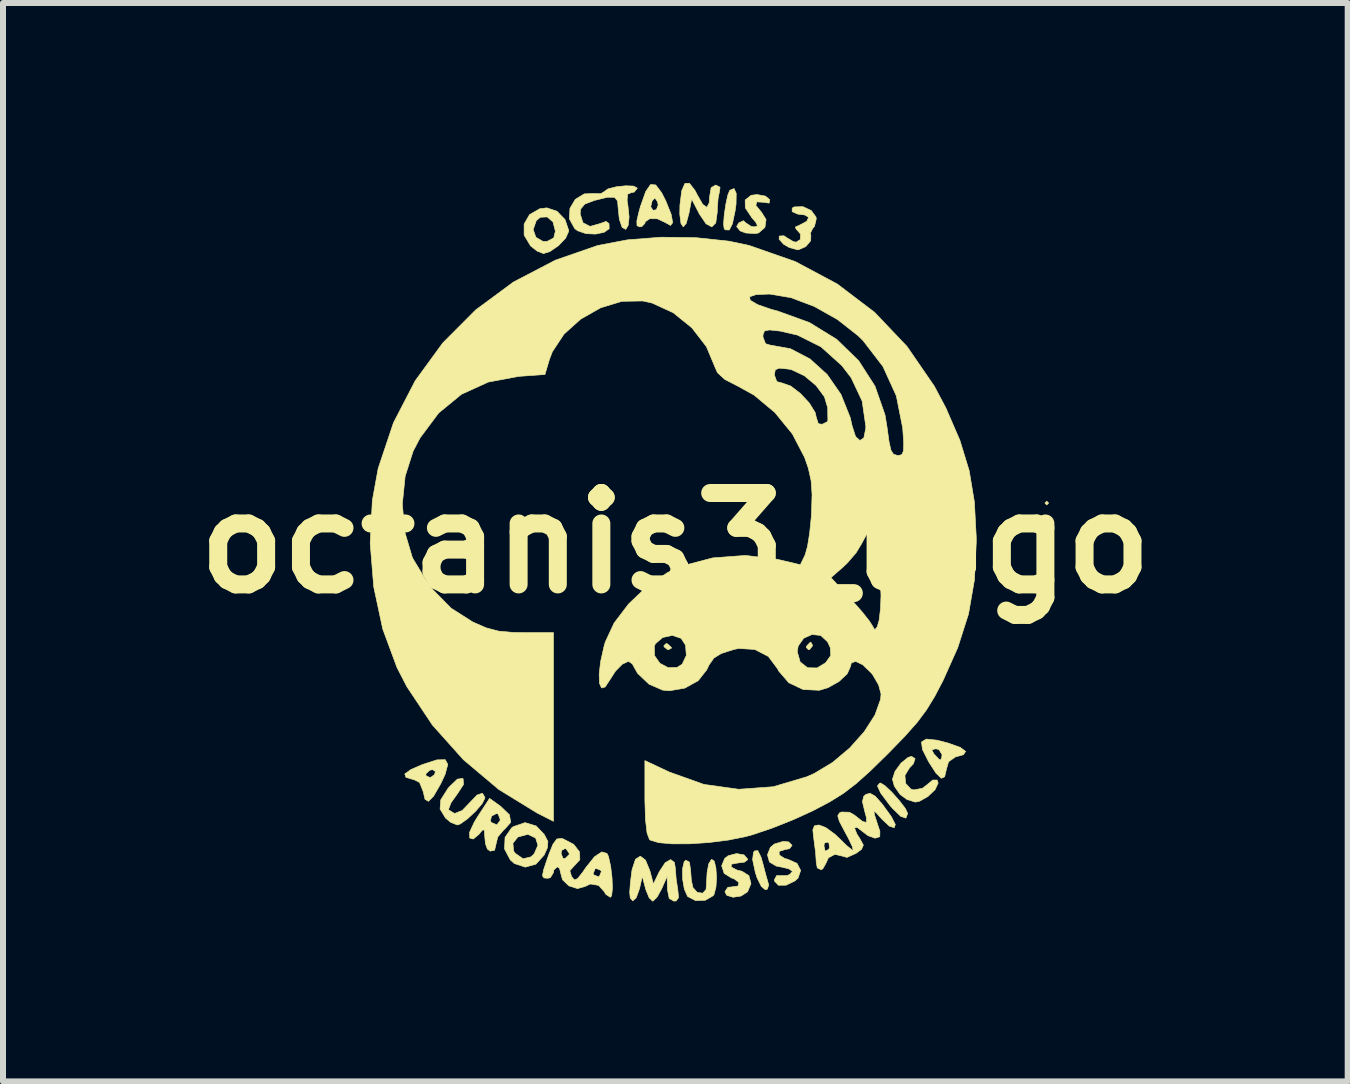
<source format=kicad_pcb>
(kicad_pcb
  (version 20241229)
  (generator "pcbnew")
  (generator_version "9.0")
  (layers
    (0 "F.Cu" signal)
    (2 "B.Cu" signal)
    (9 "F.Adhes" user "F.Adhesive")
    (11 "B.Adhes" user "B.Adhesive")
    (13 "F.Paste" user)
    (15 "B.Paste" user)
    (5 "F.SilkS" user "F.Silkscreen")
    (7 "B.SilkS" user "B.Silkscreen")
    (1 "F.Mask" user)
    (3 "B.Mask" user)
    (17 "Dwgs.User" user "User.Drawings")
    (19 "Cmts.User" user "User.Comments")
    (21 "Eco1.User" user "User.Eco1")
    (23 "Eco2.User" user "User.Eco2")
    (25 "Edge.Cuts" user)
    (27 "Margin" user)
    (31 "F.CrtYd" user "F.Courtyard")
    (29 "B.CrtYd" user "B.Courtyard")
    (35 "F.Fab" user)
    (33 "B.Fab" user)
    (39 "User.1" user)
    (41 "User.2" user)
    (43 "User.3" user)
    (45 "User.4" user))
  (footprint "octanis3_logo"
    (layer "F.Cu")
    (at 8.208 6.003)
    (property "Reference" "octanis3_logo" (at 0 0 0) (layer "F.SilkS") (effects (font (size 1.524 1.524) (thickness 0.3))))
    (attr through_hole)
    (fp_poly (pts (xy 6.223 -0.667) (xy 6.191 -0.635) (xy 6.16 -0.667) (xy 6.191 -0.699) (xy 6.223 -0.667)) (stroke (width 0.01) (type solid)) (fill yes) (layer "F.SilkS"))
    (fp_poly (pts (xy -0.127 1.683) (xy -0.066 1.74) (xy -0.064 1.75) (xy -0.113 1.777) (xy -0.127 1.778) (xy -0.188 1.729) (xy -0.191 1.711) (xy -0.152 1.673) (xy -0.127 1.683)) (stroke (width 0.01) (type solid)) (fill yes) (layer "F.SilkS"))
    (fp_poly (pts (xy 2.285 1.7) (xy 2.286 1.714) (xy 2.237 1.776) (xy 2.219 1.778) (xy 2.181 1.739) (xy 2.191 1.714) (xy 2.248 1.654) (xy 2.258 1.651) (xy 2.285 1.7)) (stroke (width 0.01) (type solid)) (fill yes) (layer "F.SilkS"))
    (fp_poly (pts (xy 1.015 -5.829) (xy 1.012 -5.65) (xy 0.997 -5.54) (xy 0.951 -5.321) (xy 0.899 -5.219) (xy 0.835 -5.221) (xy 0.814 -5.239) (xy 0.804 -5.317) (xy 0.815 -5.469) (xy 0.841 -5.646) (xy 0.874 -5.8) (xy 0.907 -5.881) (xy 0.979 -5.91) (xy 1.015 -5.829)) (stroke (width 0.01) (type solid)) (fill yes) (layer "F.SilkS"))
    (fp_poly (pts (xy 3.496 4.046) (xy 3.612 4.156) (xy 3.735 4.295) (xy 3.834 4.424) (xy 3.873 4.507) (xy 3.843 4.585) (xy 3.756 4.555) (xy 3.617 4.42) (xy 3.572 4.367) (xy 3.424 4.169) (xy 3.369 4.05) (xy 3.404 4.002) (xy 3.422 4) (xy 3.496 4.046)) (stroke (width 0.01) (type solid)) (fill yes) (layer "F.SilkS"))
    (fp_poly (pts (xy 1.427 5.233) (xy 1.459 5.342) (xy 1.508 5.529) (xy 1.548 5.669) (xy 1.557 5.699) (xy 1.533 5.77) (xy 1.499 5.779) (xy 1.433 5.723) (xy 1.363 5.582) (xy 1.333 5.489) (xy 1.288 5.278) (xy 1.302 5.157) (xy 1.32 5.132) (xy 1.374 5.127) (xy 1.427 5.233)) (stroke (width 0.01) (type solid)) (fill yes) (layer "F.SilkS"))
    (fp_poly (pts (xy 3.997 3.593) (xy 3.968 3.679) (xy 3.902 3.749) (xy 3.827 3.873) (xy 3.839 4.007) (xy 3.927 4.101) (xy 3.974 4.115) (xy 4.12 4.087) (xy 4.188 4.035) (xy 4.29 3.95) (xy 4.364 3.95) (xy 4.381 4) (xy 4.33 4.11) (xy 4.21 4.225) (xy 4.069 4.304) (xy 4 4.318) (xy 3.862 4.275) (xy 3.747 4.191) (xy 3.651 4.053) (xy 3.619 3.937) (xy 3.662 3.806) (xy 3.762 3.668) (xy 3.88 3.573) (xy 3.937 3.556) (xy 3.997 3.593)) (stroke (width 0.01) (type solid)) (fill yes) (layer "F.SilkS"))
    (fp_poly (pts (xy -3.793 3.689) (xy -3.838 3.855) (xy -3.911 4.012) (xy -4.03 4.219) (xy -4.116 4.305) (xy -4.173 4.271) (xy -4.203 4.144) (xy -4.263 3.992) (xy -4.35 3.947) (xy -4.49 3.906) (xy -4.51 3.849) (xy -4.507 3.847) (xy -4.16 3.847) (xy -4.154 3.881) (xy -4.085 3.91) (xy -4.015 3.86) (xy -4 3.808) (xy -4.047 3.776) (xy -4.095 3.787) (xy -4.16 3.847) (xy -4.507 3.847) (xy -4.408 3.775) (xy -4.215 3.691) (xy -3.975 3.614) (xy -3.836 3.611) (xy -3.793 3.689)) (stroke (width 0.01) (type solid)) (fill yes) (layer "F.SilkS"))
    (fp_poly (pts (xy -3.538 3.929) (xy -3.531 4.023) (xy -3.634 4.182) (xy -3.643 4.193) (xy -3.74 4.33) (xy -3.779 4.432) (xy -3.775 4.45) (xy -3.681 4.508) (xy -3.553 4.458) (xy -3.421 4.32) (xy -3.305 4.2) (xy -3.216 4.17) (xy -3.176 4.236) (xy -3.175 4.252) (xy -3.22 4.343) (xy -3.329 4.47) (xy -3.464 4.596) (xy -3.585 4.682) (xy -3.635 4.699) (xy -3.746 4.655) (xy -3.832 4.583) (xy -3.922 4.434) (xy -3.911 4.281) (xy -3.793 4.094) (xy -3.769 4.065) (xy -3.634 3.935) (xy -3.545 3.923) (xy -3.538 3.929)) (stroke (width 0.01) (type solid)) (fill yes) (layer "F.SilkS"))
    (fp_poly (pts (xy 0.648 5.301) (xy 0.676 5.415) (xy 0.687 5.574) (xy 0.677 5.734) (xy 0.646 5.855) (xy 0.631 5.878) (xy 0.5 5.954) (xy 0.337 5.96) (xy 0.207 5.893) (xy 0.204 5.89) (xy 0.15 5.769) (xy 0.121 5.601) (xy 0.119 5.433) (xy 0.147 5.313) (xy 0.175 5.286) (xy 0.235 5.319) (xy 0.254 5.451) (xy 0.267 5.624) (xy 0.293 5.742) (xy 0.365 5.823) (xy 0.456 5.836) (xy 0.512 5.775) (xy 0.513 5.763) (xy 0.521 5.644) (xy 0.529 5.493) (xy 0.556 5.347) (xy 0.603 5.271) (xy 0.648 5.301)) (stroke (width 0.01) (type solid)) (fill yes) (layer "F.SilkS"))
    (fp_poly (pts (xy 1.145 5.198) (xy 1.206 5.269) (xy 1.206 5.277) (xy 1.152 5.319) (xy 1.035 5.334) (xy 0.931 5.354) (xy 0.933 5.401) (xy 1.027 5.451) (xy 1.111 5.471) (xy 1.226 5.544) (xy 1.261 5.676) (xy 1.204 5.813) (xy 1.095 5.884) (xy 0.962 5.904) (xy 0.857 5.872) (xy 0.826 5.811) (xy 0.876 5.738) (xy 0.937 5.732) (xy 1.045 5.717) (xy 1.059 5.657) (xy 0.977 5.596) (xy 0.94 5.585) (xy 0.814 5.507) (xy 0.772 5.38) (xy 0.823 5.256) (xy 0.881 5.212) (xy 1.019 5.176) (xy 1.145 5.198)) (stroke (width 0.01) (type solid)) (fill yes) (layer "F.SilkS"))
    (fp_poly (pts (xy 1.502 -5.784) (xy 1.574 -5.724) (xy 1.564 -5.667) (xy 1.468 -5.681) (xy 1.358 -5.688) (xy 1.342 -5.629) (xy 1.426 -5.527) (xy 1.432 -5.522) (xy 1.512 -5.393) (xy 1.493 -5.261) (xy 1.389 -5.171) (xy 1.333 -5.159) (xy 1.173 -5.169) (xy 1.08 -5.204) (xy 1.022 -5.276) (xy 1.057 -5.337) (xy 1.135 -5.374) (xy 1.171 -5.34) (xy 1.266 -5.278) (xy 1.317 -5.271) (xy 1.371 -5.287) (xy 1.339 -5.351) (xy 1.275 -5.424) (xy 1.166 -5.588) (xy 1.164 -5.719) (xy 1.262 -5.797) (xy 1.361 -5.81) (xy 1.502 -5.784)) (stroke (width 0.01) (type solid)) (fill yes) (layer "F.SilkS"))
    (fp_poly (pts (xy 4.365 3.286) (xy 4.542 3.332) (xy 4.752 3.407) (xy 4.839 3.473) (xy 4.802 3.528) (xy 4.667 3.566) (xy 4.555 3.645) (xy 4.52 3.763) (xy 4.489 3.896) (xy 4.433 3.921) (xy 4.344 3.834) (xy 4.222 3.645) (xy 4.122 3.446) (xy 4.275 3.446) (xy 4.31 3.515) (xy 4.318 3.524) (xy 4.394 3.603) (xy 4.421 3.619) (xy 4.442 3.568) (xy 4.445 3.524) (xy 4.394 3.442) (xy 4.342 3.429) (xy 4.275 3.446) (xy 4.122 3.446) (xy 4.119 3.439) (xy 4.103 3.316) (xy 4.183 3.267) (xy 4.365 3.286)) (stroke (width 0.01) (type solid)) (fill yes) (layer "F.SilkS"))
    (fp_poly (pts (xy -2.32 4.716) (xy -2.185 4.858) (xy -2.125 4.973) (xy -2.132 5.078) (xy -2.188 5.202) (xy -2.325 5.353) (xy -2.503 5.402) (xy -2.683 5.342) (xy -2.752 5.281) (xy -2.848 5.098) (xy -2.843 5.004) (xy -2.708 5.004) (xy -2.696 5.133) (xy -2.671 5.17) (xy -2.538 5.263) (xy -2.405 5.23) (xy -2.352 5.178) (xy -2.291 5.037) (xy -2.329 4.917) (xy -2.45 4.859) (xy -2.47 4.858) (xy -2.625 4.9) (xy -2.708 5.004) (xy -2.843 5.004) (xy -2.839 4.906) (xy -2.73 4.748) (xy -2.702 4.727) (xy -2.505 4.66) (xy -2.32 4.716)) (stroke (width 0.01) (type solid)) (fill yes) (layer "F.SilkS"))
    (fp_poly (pts (xy -1.974 -5.532) (xy -1.839 -5.393) (xy -1.778 -5.214) (xy -1.778 -5.197) (xy -1.828 -5.084) (xy -1.948 -4.958) (xy -2.092 -4.859) (xy -2.199 -4.826) (xy -2.305 -4.868) (xy -2.413 -4.953) (xy -2.521 -5.133) (xy -2.521 -5.226) (xy -2.37 -5.226) (xy -2.325 -5.098) (xy -2.208 -5.029) (xy -2.139 -5.029) (xy -2.027 -5.087) (xy -2 -5.2) (xy -2.04 -5.353) (xy -2.136 -5.437) (xy -2.252 -5.431) (xy -2.319 -5.373) (xy -2.37 -5.226) (xy -2.521 -5.226) (xy -2.521 -5.318) (xy -2.43 -5.476) (xy -2.26 -5.573) (xy -2.142 -5.588) (xy -1.974 -5.532)) (stroke (width 0.01) (type solid)) (fill yes) (layer "F.SilkS"))
    (fp_poly (pts (xy 0.329 -5.876) (xy 0.36 -5.815) (xy 0.456 -5.646) (xy 0.526 -5.598) (xy 0.564 -5.67) (xy 0.572 -5.779) (xy 0.597 -5.926) (xy 0.674 -5.969) (xy 0.745 -5.931) (xy 0.737 -5.869) (xy 0.712 -5.741) (xy 0.699 -5.556) (xy 0.699 -5.519) (xy 0.674 -5.337) (xy 0.608 -5.271) (xy 0.512 -5.322) (xy 0.398 -5.49) (xy 0.392 -5.503) (xy 0.272 -5.736) (xy 0.228 -5.503) (xy 0.181 -5.328) (xy 0.132 -5.272) (xy 0.094 -5.326) (xy 0.074 -5.481) (xy 0.076 -5.631) (xy 0.106 -5.873) (xy 0.16 -5.996) (xy 0.235 -5.998) (xy 0.329 -5.876)) (stroke (width 0.01) (type solid)) (fill yes) (layer "F.SilkS"))
    (fp_poly (pts (xy 1.887 4.981) (xy 1.946 5.038) (xy 1.904 5.094) (xy 1.821 5.111) (xy 1.729 5.14) (xy 1.733 5.2) (xy 1.821 5.257) (xy 1.876 5.271) (xy 2.029 5.34) (xy 2.089 5.457) (xy 2.046 5.584) (xy 1.995 5.631) (xy 1.846 5.703) (xy 1.719 5.704) (xy 1.653 5.636) (xy 1.651 5.613) (xy 1.69 5.541) (xy 1.736 5.544) (xy 1.862 5.543) (xy 1.909 5.522) (xy 1.952 5.471) (xy 1.887 5.428) (xy 1.706 5.388) (xy 1.683 5.385) (xy 1.569 5.317) (xy 1.535 5.197) (xy 1.584 5.072) (xy 1.652 5.016) (xy 1.798 4.973) (xy 1.887 4.981)) (stroke (width 0.01) (type solid)) (fill yes) (layer "F.SilkS"))
    (fp_poly (pts (xy -0.327 -5.97) (xy -0.229 -5.841) (xy -0.159 -5.703) (xy -0.07 -5.481) (xy -0.044 -5.341) (xy -0.081 -5.295) (xy -0.18 -5.35) (xy -0.181 -5.35) (xy -0.301 -5.406) (xy -0.426 -5.407) (xy -0.502 -5.356) (xy -0.508 -5.329) (xy -0.559 -5.276) (xy -0.595 -5.271) (xy -0.639 -5.291) (xy -0.642 -5.37) (xy -0.604 -5.533) (xy -0.583 -5.606) (xy -0.411 -5.606) (xy -0.372 -5.547) (xy -0.316 -5.557) (xy -0.286 -5.637) (xy -0.297 -5.691) (xy -0.341 -5.752) (xy -0.386 -5.707) (xy -0.411 -5.606) (xy -0.583 -5.606) (xy -0.579 -5.619) (xy -0.494 -5.86) (xy -0.413 -5.977) (xy -0.327 -5.97)) (stroke (width 0.01) (type solid)) (fill yes) (layer "F.SilkS"))
    (fp_poly (pts (xy -2.914 4.387) (xy -2.766 4.529) (xy -2.744 4.656) (xy -2.847 4.771) (xy -2.857 4.777) (xy -2.959 4.897) (xy -2.985 5) (xy -3.013 5.121) (xy -3.087 5.135) (xy -3.133 5.101) (xy -3.166 5.011) (xy -3.177 4.895) (xy -3.184 4.782) (xy -3.218 4.786) (xy -3.273 4.854) (xy -3.369 4.934) (xy -3.427 4.917) (xy -3.432 4.825) (xy -3.353 4.655) (xy -3.339 4.632) (xy -3.084 4.632) (xy -3.067 4.658) (xy -2.975 4.697) (xy -2.923 4.629) (xy -2.921 4.604) (xy -2.953 4.519) (xy -2.981 4.508) (xy -3.064 4.551) (xy -3.084 4.632) (xy -3.339 4.632) (xy -3.293 4.556) (xy -3.097 4.256) (xy -2.914 4.387)) (stroke (width 0.01) (type solid)) (fill yes) (layer "F.SilkS"))
    (fp_poly (pts (xy 2.266 -5.543) (xy 2.345 -5.435) (xy 2.349 -5.403) (xy 2.32 -5.281) (xy 2.285 -5.238) (xy 2.249 -5.16) (xy 2.259 -5.136) (xy 2.256 -5.04) (xy 2.175 -4.943) (xy 2.057 -4.891) (xy 2.036 -4.889) (xy 1.901 -4.926) (xy 1.806 -4.98) (xy 1.73 -5.065) (xy 1.732 -5.118) (xy 1.81 -5.123) (xy 1.855 -5.092) (xy 1.968 -5.025) (xy 2.013 -5.016) (xy 2.083 -5.06) (xy 2.087 -5.151) (xy 2.022 -5.226) (xy 2.016 -5.229) (xy 2 -5.268) (xy 2.08 -5.305) (xy 2.19 -5.364) (xy 2.222 -5.43) (xy 2.159 -5.469) (xy 2.041 -5.484) (xy 2.037 -5.485) (xy 1.947 -5.525) (xy 1.948 -5.584) (xy 1.982 -5.604) (xy 2.127 -5.608) (xy 2.266 -5.543)) (stroke (width 0.01) (type solid)) (fill yes) (layer "F.SilkS"))
    (fp_poly (pts (xy -0.498 5.284) (xy -0.425 5.461) (xy -0.366 5.683) (xy -0.267 5.477) (xy -0.169 5.328) (xy -0.078 5.276) (xy -0.015 5.324) (xy 0 5.421) (xy 0.013 5.596) (xy 0.04 5.771) (xy 0.054 5.911) (xy 0.013 5.965) (xy -0.024 5.969) (xy -0.102 5.924) (xy -0.132 5.776) (xy -0.132 5.763) (xy -0.137 5.556) (xy -0.228 5.763) (xy -0.303 5.9) (xy -0.371 5.967) (xy -0.379 5.969) (xy -0.436 5.914) (xy -0.491 5.781) (xy -0.496 5.763) (xy -0.551 5.556) (xy -0.598 5.763) (xy -0.652 5.912) (xy -0.71 5.965) (xy -0.752 5.916) (xy -0.761 5.826) (xy -0.75 5.667) (xy -0.725 5.467) (xy -0.721 5.442) (xy -0.665 5.271) (xy -0.584 5.219) (xy -0.498 5.284)) (stroke (width 0.01) (type solid)) (fill yes) (layer "F.SilkS"))
    (fp_poly (pts (xy -0.696 -5.951) (xy -0.635 -5.918) (xy -0.635 -5.914) (xy -0.686 -5.851) (xy -0.733 -5.842) (xy -0.795 -5.816) (xy -0.804 -5.716) (xy -0.79 -5.62) (xy -0.771 -5.435) (xy -0.786 -5.296) (xy -0.826 -5.229) (xy -0.884 -5.261) (xy -0.891 -5.272) (xy -0.934 -5.4) (xy -0.952 -5.572) (xy -0.963 -5.703) (xy -1.014 -5.764) (xy -1.132 -5.765) (xy -1.341 -5.714) (xy -1.349 -5.712) (xy -1.51 -5.651) (xy -1.578 -5.569) (xy -1.587 -5.488) (xy -1.54 -5.34) (xy -1.421 -5.279) (xy -1.265 -5.323) (xy -1.155 -5.362) (xy -1.106 -5.326) (xy -1.103 -5.24) (xy -1.189 -5.18) (xy -1.33 -5.151) (xy -1.488 -5.158) (xy -1.629 -5.206) (xy -1.678 -5.243) (xy -1.767 -5.405) (xy -1.757 -5.58) (xy -1.668 -5.73) (xy -1.518 -5.821) (xy -1.37 -5.827) (xy -1.244 -5.824) (xy -1.191 -5.855) (xy -1.124 -5.904) (xy -0.987 -5.939) (xy -0.829 -5.956) (xy -0.696 -5.951)) (stroke (width 0.01) (type solid)) (fill yes) (layer "F.SilkS"))
    (fp_poly (pts (xy -1.874 4.929) (xy -1.695 5.022) (xy -1.597 5.148) (xy -1.592 5.279) (xy -1.691 5.386) (xy -1.759 5.462) (xy -1.73 5.558) (xy -1.685 5.614) (xy -1.631 5.595) (xy -1.563 5.51) (xy -1.37 5.51) (xy -1.362 5.53) (xy -1.285 5.561) (xy -1.265 5.553) (xy -1.233 5.476) (xy -1.242 5.456) (xy -1.319 5.424) (xy -1.339 5.433) (xy -1.37 5.51) (xy -1.563 5.51) (xy -1.546 5.489) (xy -1.491 5.408) (xy -1.348 5.229) (xy -1.226 5.148) (xy -1.14 5.173) (xy -1.115 5.223) (xy -1.078 5.391) (xy -1.055 5.583) (xy -1.049 5.759) (xy -1.062 5.878) (xy -1.083 5.905) (xy -1.16 5.855) (xy -1.182 5.815) (xy -1.279 5.706) (xy -1.418 5.683) (xy -1.502 5.723) (xy -1.631 5.76) (xy -1.775 5.714) (xy -1.881 5.612) (xy -1.905 5.526) (xy -1.931 5.422) (xy -1.968 5.397) (xy -2.025 5.449) (xy -2.032 5.493) (xy -2.083 5.577) (xy -2.127 5.588) (xy -2.191 5.582) (xy -2.215 5.545) (xy -2.197 5.45) (xy -2.137 5.27) (xy -2.112 5.2) (xy -2.103 5.175) (xy -1.905 5.175) (xy -1.873 5.254) (xy -1.837 5.258) (xy -1.771 5.193) (xy -1.768 5.175) (xy -1.818 5.101) (xy -1.837 5.092) (xy -1.895 5.123) (xy -1.905 5.175) (xy -2.103 5.175) (xy -2.039 5.018) (xy -1.976 4.933) (xy -1.9 4.923) (xy -1.874 4.929)) (stroke (width 0.01) (type solid)) (fill yes) (layer "F.SilkS"))
    (fp_poly (pts (xy 3.332 4.22) (xy 3.446 4.347) (xy 3.599 4.558) (xy 3.667 4.69) (xy 3.649 4.745) (xy 3.567 4.718) (xy 3.447 4.606) (xy 3.345 4.492) (xy 3.309 4.47) (xy 3.322 4.536) (xy 3.334 4.574) (xy 3.382 4.722) (xy 3.41 4.804) (xy 3.408 4.895) (xy 3.33 4.92) (xy 3.211 4.877) (xy 3.139 4.822) (xy 3.027 4.737) (xy 2.987 4.75) (xy 3.026 4.849) (xy 3.079 4.932) (xy 3.134 5.034) (xy 3.104 5.105) (xy 3.011 5.173) (xy 2.86 5.24) (xy 2.772 5.215) (xy 2.66 5.189) (xy 2.552 5.246) (xy 2.508 5.342) (xy 2.458 5.43) (xy 2.429 5.445) (xy 2.366 5.415) (xy 2.349 5.323) (xy 2.338 5.159) (xy 2.323 5.045) (xy 2.477 5.045) (xy 2.497 5.136) (xy 2.552 5.109) (xy 2.569 5.084) (xy 2.561 5.003) (xy 2.541 4.985) (xy 2.486 4.999) (xy 2.477 5.045) (xy 2.323 5.045) (xy 2.312 4.957) (xy 2.309 4.937) (xy 2.292 4.781) (xy 2.318 4.713) (xy 2.392 4.699) (xy 2.507 4.742) (xy 2.658 4.852) (xy 2.73 4.92) (xy 2.857 5.044) (xy 2.945 5.114) (xy 2.965 5.12) (xy 2.949 5.058) (xy 2.885 4.922) (xy 2.825 4.811) (xy 2.735 4.64) (xy 2.707 4.547) (xy 2.735 4.499) (xy 2.77 4.483) (xy 2.901 4.487) (xy 2.978 4.529) (xy 3.12 4.64) (xy 3.185 4.657) (xy 3.185 4.574) (xy 3.157 4.472) (xy 3.119 4.311) (xy 3.139 4.223) (xy 3.179 4.188) (xy 3.249 4.172) (xy 3.332 4.22)) (stroke (width 0.01) (type solid)) (fill yes) (layer "F.SilkS"))
    (fp_poly (pts (xy 0.344 -5.091) (xy 0.892 -5.033) (xy 1.231 -4.961) (xy 2.001 -4.692) (xy 2.699 -4.319) (xy 3.321 -3.847) (xy 3.861 -3.279) (xy 4.315 -2.619) (xy 4.509 -2.254) (xy 4.743 -1.714) (xy 4.898 -1.208) (xy 4.985 -0.685) (xy 5.016 -0.099) (xy 5.016 -0.013) (xy 4.986 0.612) (xy 4.887 1.182) (xy 4.708 1.742) (xy 4.465 2.286) (xy 4.324 2.556) (xy 4.187 2.78) (xy 4.031 2.989) (xy 3.83 3.216) (xy 3.561 3.493) (xy 3.527 3.527) (xy 3.243 3.805) (xy 3.012 4.011) (xy 2.802 4.172) (xy 2.582 4.309) (xy 2.318 4.449) (xy 2.286 4.465) (xy 1.966 4.611) (xy 1.619 4.749) (xy 1.301 4.857) (xy 1.18 4.891) (xy 0.883 4.951) (xy 0.559 4.992) (xy 0.238 5.013) (xy -0.051 5.014) (xy -0.279 4.994) (xy -0.417 4.952) (xy -0.432 4.94) (xy -0.472 4.832) (xy -0.498 4.607) (xy -0.508 4.279) (xy -0.508 4.245) (xy -0.508 3.626) (xy -0.1 3.817) (xy 0.476 4.023) (xy 1.056 4.104) (xy 1.631 4.062) (xy 2.19 3.896) (xy 2.315 3.841) (xy 2.622 3.656) (xy 2.907 3.416) (xy 3.15 3.143) (xy 3.328 2.865) (xy 3.421 2.605) (xy 3.429 2.516) (xy 3.389 2.366) (xy 3.29 2.196) (xy 3.265 2.164) (xy 3.124 2.029) (xy 3.006 1.972) (xy 2.933 1.999) (xy 2.921 2.053) (xy 2.866 2.178) (xy 2.728 2.308) (xy 2.544 2.411) (xy 2.4 2.454) (xy 2.13 2.441) (xy 1.891 2.328) (xy 1.722 2.132) (xy 1.705 2.097) (xy 1.55 1.89) (xy 1.395 1.81) (xy 2.032 1.81) (xy 2.081 1.982) (xy 2.204 2.078) (xy 2.362 2.082) (xy 2.504 1.996) (xy 2.591 1.874) (xy 2.583 1.744) (xy 2.538 1.647) (xy 2.424 1.54) (xy 2.278 1.524) (xy 2.139 1.587) (xy 2.048 1.715) (xy 2.032 1.81) (xy 1.395 1.81) (xy 1.323 1.773) (xy 1.056 1.757) (xy 0.969 1.775) (xy 0.765 1.841) (xy 0.643 1.916) (xy 0.561 2.033) (xy 0.524 2.112) (xy 0.38 2.295) (xy 0.158 2.418) (xy -0.1 2.462) (xy -0.212 2.451) (xy -0.439 2.352) (xy -0.63 2.171) (xy -0.718 2.013) (xy -0.781 1.971) (xy -0.883 2.018) (xy -0.999 2.136) (xy -1.087 2.273) (xy -1.17 2.399) (xy -1.23 2.416) (xy -1.264 2.34) (xy -1.27 2.188) (xy -1.246 1.976) (xy -1.189 1.721) (xy -1.188 1.719) (xy -0.351 1.719) (xy -0.347 1.876) (xy -0.257 2.004) (xy -0.119 2.077) (xy 0.031 2.072) (xy 0.114 2.019) (xy 0.183 1.873) (xy 0.17 1.702) (xy 0.096 1.588) (xy -0.05 1.539) (xy -0.212 1.574) (xy -0.332 1.678) (xy -0.351 1.719) (xy -1.188 1.719) (xy -1.169 1.651) (xy -1.021 1.333) (xy -0.779 1.015) (xy -0.474 0.725) (xy -0.255 0.576) (xy 2.594 0.576) (xy 2.948 0.958) (xy 3.112 1.145) (xy 3.236 1.301) (xy 3.299 1.402) (xy 3.303 1.416) (xy 3.328 1.442) (xy 3.365 1.397) (xy 3.397 1.287) (xy 3.42 1.094) (xy 3.428 0.876) (xy 3.418 0.608) (xy 3.391 0.339) (xy 3.352 0.098) (xy 3.306 -0.086) (xy 3.258 -0.183) (xy 3.241 -0.191) (xy 3.185 -0.138) (xy 3.116 -0.011) (xy 3.111 0.000292) (xy 3.012 0.164) (xy 2.862 0.337) (xy 2.813 0.384) (xy 2.594 0.576) (xy -0.255 0.576) (xy -0.133 0.493) (xy 0.095 0.386) (xy 0.623 0.247) (xy 1.169 0.206) (xy 1.69 0.269) (xy 1.693 0.269) (xy 2.084 0.361) (xy 2.163 0.197) (xy 2.203 0.057) (xy 2.239 -0.167) (xy 2.266 -0.434) (xy 2.27 -0.508) (xy 2.279 -0.812) (xy 2.263 -1.041) (xy 2.217 -1.248) (xy 2.155 -1.427) (xy 1.951 -1.819) (xy 1.66 -2.176) (xy 1.313 -2.466) (xy 1.048 -2.613) (xy 0.824 -2.728) (xy 0.744 -2.802) (xy 1.651 -2.802) (xy 1.691 -2.692) (xy 1.784 -2.667) (xy 1.923 -2.618) (xy 2.085 -2.494) (xy 2.233 -2.335) (xy 2.331 -2.176) (xy 2.349 -2.097) (xy 2.383 -1.99) (xy 2.448 -1.98) (xy 2.533 -2.023) (xy 2.543 -2.048) (xy 2.541 -2.143) (xy 2.54 -2.255) (xy 2.485 -2.439) (xy 2.344 -2.628) (xy 2.151 -2.789) (xy 1.94 -2.889) (xy 1.889 -2.9) (xy 1.733 -2.916) (xy 1.666 -2.889) (xy 1.651 -2.804) (xy 1.651 -2.802) (xy 0.744 -2.802) (xy 0.702 -2.84) (xy 0.666 -2.921) (xy 0.518 -3.274) (xy 0.392 -3.438) (xy 1.46 -3.438) (xy 1.503 -3.324) (xy 1.572 -3.302) (xy 1.918 -3.24) (xy 2.244 -3.07) (xy 2.531 -2.81) (xy 2.761 -2.478) (xy 2.915 -2.093) (xy 2.947 -1.953) (xy 3.004 -1.776) (xy 3.077 -1.71) (xy 3.142 -1.754) (xy 3.174 -1.91) (xy 3.175 -1.945) (xy 3.114 -2.367) (xy 2.931 -2.756) (xy 2.775 -2.959) (xy 2.427 -3.272) (xy 2.036 -3.467) (xy 1.746 -3.534) (xy 1.571 -3.553) (xy 1.487 -3.537) (xy 1.462 -3.475) (xy 1.46 -3.438) (xy 0.392 -3.438) (xy 0.275 -3.589) (xy -0.036 -3.84) (xy -0.386 -4.001) (xy -0.544 -4.036) (xy -0.891 -4.03) (xy -1.245 -3.922) (xy -1.577 -3.734) (xy -1.856 -3.483) (xy -2.051 -3.188) (xy -2.099 -3.062) (xy -2.174 -2.81) (xy -2.609 -2.779) (xy -3.118 -2.684) (xy -3.566 -2.48) (xy -3.946 -2.168) (xy -4.255 -1.754) (xy -4.371 -1.532) (xy -4.504 -1.115) (xy -4.551 -0.653) (xy -4.512 -0.19) (xy -4.388 0.228) (xy -4.373 0.262) (xy -4.095 0.722) (xy -3.739 1.085) (xy -3.376 1.316) (xy -3.151 1.414) (xy -2.945 1.468) (xy -2.699 1.49) (xy -2.524 1.492) (xy -2.032 1.492) (xy -2.032 3.065) (xy -2.032 4.638) (xy -2.302 4.501) (xy -2.944 4.107) (xy -3.533 3.611) (xy -4.05 3.033) (xy -4.476 2.393) (xy -4.64 2.075) (xy -4.878 1.432) (xy -5.028 0.73) (xy -5.087 0.004) (xy -5.051 -0.71) (xy -4.954 -1.244) (xy -4.699 -2.005) (xy -4.337 -2.705) (xy -3.877 -3.336) (xy -3.328 -3.887) (xy -3.032 -4.105) (xy 1.238 -4.105) (xy 1.248 -4.048) (xy 1.371 -3.975) (xy 1.602 -3.895) (xy 1.708 -3.867) (xy 2.236 -3.676) (xy 2.689 -3.397) (xy 3.056 -3.04) (xy 3.328 -2.616) (xy 3.495 -2.137) (xy 3.529 -1.932) (xy 3.562 -1.69) (xy 3.594 -1.548) (xy 3.637 -1.481) (xy 3.702 -1.461) (xy 3.722 -1.46) (xy 3.776 -1.475) (xy 3.803 -1.537) (xy 3.807 -1.671) (xy 3.791 -1.904) (xy 3.79 -1.917) (xy 3.684 -2.453) (xy 3.461 -2.943) (xy 3.131 -3.373) (xy 3.047 -3.456) (xy 2.702 -3.727) (xy 2.317 -3.944) (xy 1.928 -4.091) (xy 1.572 -4.151) (xy 1.569 -4.151) (xy 1.344 -4.142) (xy 1.238 -4.105) (xy -3.032 -4.105) (xy -2.7 -4.351) (xy -2 -4.716) (xy -1.294 -4.961) (xy -0.798 -5.055) (xy -0.236 -5.099) (xy 0.344 -5.091)) (stroke (width 0.01) (type solid)) (fill yes) (layer "F.SilkS")))
  (gr_rect
    (start -3 -3)
    (end 19.416 14.977)
    (stroke (width 0.1) (type default))
    (fill no)
    (layer "Edge.Cuts")))
</source>
